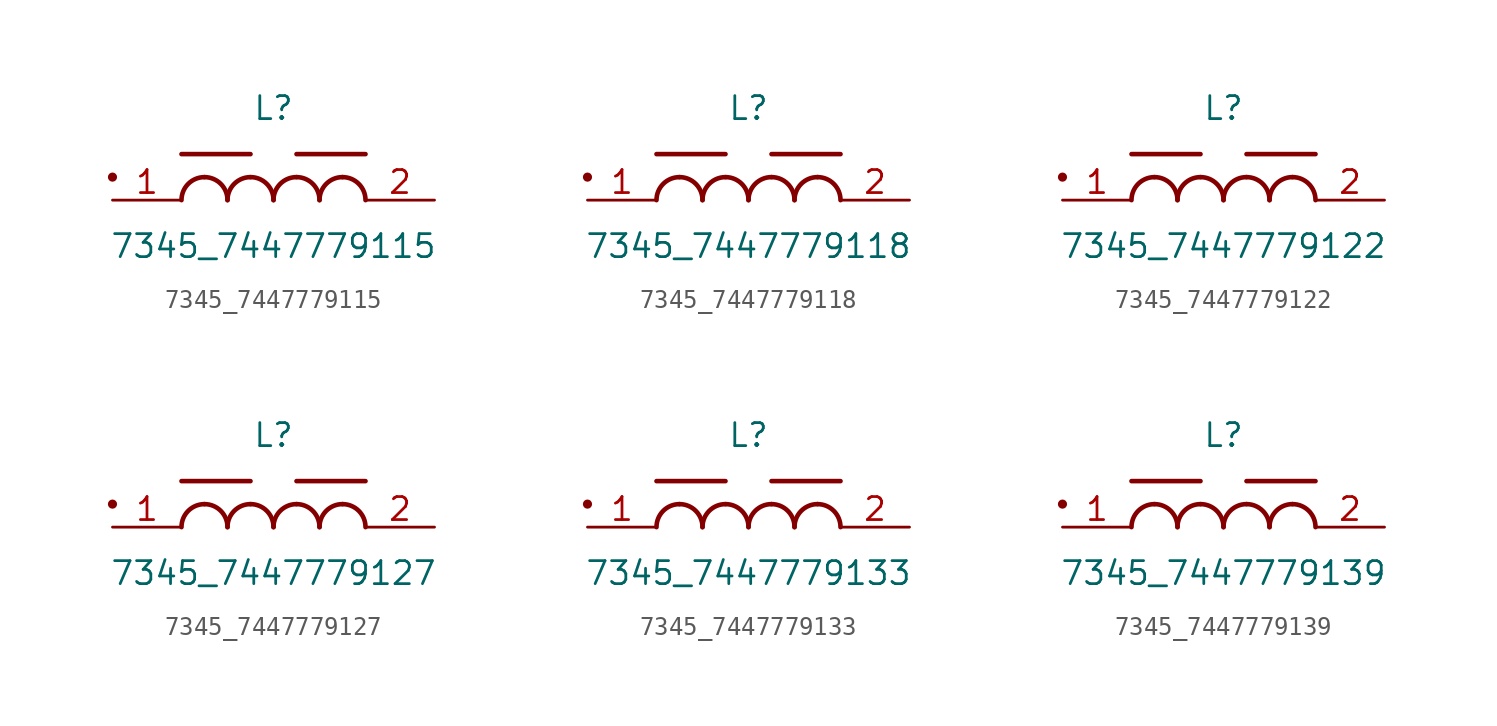
<source format=kicad_sym>
(kicad_symbol_lib
  (version 20211014)
  (generator kicad_symbol_editor)
  (symbol "Inductor_Wurth_WE-PD:7345_7447779115"
    (pin_names hide)
    (property "Reference" "L"
      (at 0 5.08 0)
      (effects (font (size 1.27 1.27))))
    (property "Value" "7345_7447779115"
      (at 0 -2.54 0)
      (effects (font (size 1.27 1.27))))
    (symbol "7345_7447779115_0_1"
      (circle (center -8.89 1.27) (radius 0.0001) (stroke (width 0.254)) (stroke (width 0.254) (type default) (color 0 0 0 0)) (fill (type none)))
      (arc (start -3.81 1.27) (mid -4.708 0.898) (end -5.08 0) (stroke (width 0.254) (type default) (color 0 0 0 0)) (fill (type none)))
      (arc (start -2.54 0) (mid -2.912 0.898) (end -3.81 1.27) (stroke (width 0.254) (type default) (color 0 0 0 0)) (fill (type none)))
      (arc (start -1.2699 1.2701) (mid -2.1679 0.8981) (end -2.5399 0.0001) (stroke (width 0.254) (type default) (color 0 0 0 0)) (fill (type none)))
      (polyline (pts (xy -5.08 2.54) (xy -1.27 2.54)) (stroke (width 0.254) (type default) (color 0 0 0 0)) (fill (type none)))
      (polyline (pts (xy 5.08 2.54) (xy 1.27 2.54)) (stroke (width 0.254) (type default) (color 0 0 0 0)) (fill (type none)))
      (arc (start 0.0001 0.0001) (mid -0.3719 0.8981) (end -1.2699 1.2701) (stroke (width 0.254) (type default) (color 0 0 0 0)) (fill (type none)))
      (arc (start 1.2701 1.2701) (mid 0.3721 0.8981) (end 0.0001 0.0001) (stroke (width 0.254) (type default) (color 0 0 0 0)) (fill (type none)))
      (arc (start 2.5401 0.0001) (mid 2.1681 0.8981) (end 1.2701 1.2701) (stroke (width 0.254) (type default) (color 0 0 0 0)) (fill (type none)))
      (arc (start 3.8101 1.2701) (mid 2.9121 0.8981) (end 2.5401 0.0001) (stroke (width 0.254) (type default) (color 0 0 0 0)) (fill (type none)))
      (arc (start 5.0801 0.0001) (mid 4.7081 0.8981) (end 3.8101 1.2701) (stroke (width 0.254) (type default) (color 0 0 0 0)) (fill (type none))))
    (symbol "7345_7447779115_1_1"
      (pin passive line (at -8.89 0 0) (length 3.81) (name "1" (effects (font (size 1.27 1.27)))) (number "1" (effects (font (size 1.27 1.27)))))
      (pin passive line (at 8.89 0 180) (length 3.81) (name "2" (effects (font (size 1.27 1.27)))) (number "2" (effects (font (size 1.27 1.27)))))))
  (symbol "Inductor_Wurth_WE-PD:7345_7447779118"
    (pin_names hide)
    (property "Reference" "L"
      (at 0 5.08 0)
      (effects (font (size 1.27 1.27))))
    (property "Value" "7345_7447779118"
      (at 0 -2.54 0)
      (effects (font (size 1.27 1.27))))
    (symbol "7345_7447779118_0_1"
      (circle (center -8.89 1.27) (radius 0.0001) (stroke (width 0.254)) (stroke (width 0.254) (type default) (color 0 0 0 0)) (fill (type none)))
      (arc (start -3.81 1.27) (mid -4.708 0.898) (end -5.08 0) (stroke (width 0.254) (type default) (color 0 0 0 0)) (fill (type none)))
      (arc (start -2.54 0) (mid -2.912 0.898) (end -3.81 1.27) (stroke (width 0.254) (type default) (color 0 0 0 0)) (fill (type none)))
      (arc (start -1.2699 1.2701) (mid -2.1679 0.8981) (end -2.5399 0.0001) (stroke (width 0.254) (type default) (color 0 0 0 0)) (fill (type none)))
      (polyline (pts (xy -5.08 2.54) (xy -1.27 2.54)) (stroke (width 0.254) (type default) (color 0 0 0 0)) (fill (type none)))
      (polyline (pts (xy 5.08 2.54) (xy 1.27 2.54)) (stroke (width 0.254) (type default) (color 0 0 0 0)) (fill (type none)))
      (arc (start 0.0001 0.0001) (mid -0.3719 0.8981) (end -1.2699 1.2701) (stroke (width 0.254) (type default) (color 0 0 0 0)) (fill (type none)))
      (arc (start 1.2701 1.2701) (mid 0.3721 0.8981) (end 0.0001 0.0001) (stroke (width 0.254) (type default) (color 0 0 0 0)) (fill (type none)))
      (arc (start 2.5401 0.0001) (mid 2.1681 0.8981) (end 1.2701 1.2701) (stroke (width 0.254) (type default) (color 0 0 0 0)) (fill (type none)))
      (arc (start 3.8101 1.2701) (mid 2.9121 0.8981) (end 2.5401 0.0001) (stroke (width 0.254) (type default) (color 0 0 0 0)) (fill (type none)))
      (arc (start 5.0801 0.0001) (mid 4.7081 0.8981) (end 3.8101 1.2701) (stroke (width 0.254) (type default) (color 0 0 0 0)) (fill (type none))))
    (symbol "7345_7447779118_1_1"
      (pin passive line (at -8.89 0 0) (length 3.81) (name "1" (effects (font (size 1.27 1.27)))) (number "1" (effects (font (size 1.27 1.27)))))
      (pin passive line (at 8.89 0 180) (length 3.81) (name "2" (effects (font (size 1.27 1.27)))) (number "2" (effects (font (size 1.27 1.27)))))))
  (symbol "Inductor_Wurth_WE-PD:7345_7447779122"
    (pin_names hide)
    (property "Reference" "L"
      (at 0 5.08 0)
      (effects (font (size 1.27 1.27))))
    (property "Value" "7345_7447779122"
      (at 0 -2.54 0)
      (effects (font (size 1.27 1.27))))
    (symbol "7345_7447779122_0_1"
      (circle (center -8.89 1.27) (radius 0.0001) (stroke (width 0.254)) (stroke (width 0.254) (type default) (color 0 0 0 0)) (fill (type none)))
      (arc (start -3.81 1.27) (mid -4.708 0.898) (end -5.08 0) (stroke (width 0.254) (type default) (color 0 0 0 0)) (fill (type none)))
      (arc (start -2.54 0) (mid -2.912 0.898) (end -3.81 1.27) (stroke (width 0.254) (type default) (color 0 0 0 0)) (fill (type none)))
      (arc (start -1.2699 1.2701) (mid -2.1679 0.8981) (end -2.5399 0.0001) (stroke (width 0.254) (type default) (color 0 0 0 0)) (fill (type none)))
      (polyline (pts (xy -5.08 2.54) (xy -1.27 2.54)) (stroke (width 0.254) (type default) (color 0 0 0 0)) (fill (type none)))
      (polyline (pts (xy 5.08 2.54) (xy 1.27 2.54)) (stroke (width 0.254) (type default) (color 0 0 0 0)) (fill (type none)))
      (arc (start 0.0001 0.0001) (mid -0.3719 0.8981) (end -1.2699 1.2701) (stroke (width 0.254) (type default) (color 0 0 0 0)) (fill (type none)))
      (arc (start 1.2701 1.2701) (mid 0.3721 0.8981) (end 0.0001 0.0001) (stroke (width 0.254) (type default) (color 0 0 0 0)) (fill (type none)))
      (arc (start 2.5401 0.0001) (mid 2.1681 0.8981) (end 1.2701 1.2701) (stroke (width 0.254) (type default) (color 0 0 0 0)) (fill (type none)))
      (arc (start 3.8101 1.2701) (mid 2.9121 0.8981) (end 2.5401 0.0001) (stroke (width 0.254) (type default) (color 0 0 0 0)) (fill (type none)))
      (arc (start 5.0801 0.0001) (mid 4.7081 0.8981) (end 3.8101 1.2701) (stroke (width 0.254) (type default) (color 0 0 0 0)) (fill (type none))))
    (symbol "7345_7447779122_1_1"
      (pin passive line (at -8.89 0 0) (length 3.81) (name "1" (effects (font (size 1.27 1.27)))) (number "1" (effects (font (size 1.27 1.27)))))
      (pin passive line (at 8.89 0 180) (length 3.81) (name "2" (effects (font (size 1.27 1.27)))) (number "2" (effects (font (size 1.27 1.27)))))))
  (symbol "Inductor_Wurth_WE-PD:7345_7447779127"
    (pin_names hide)
    (property "Reference" "L"
      (at 0 5.08 0)
      (effects (font (size 1.27 1.27))))
    (property "Value" "7345_7447779127"
      (at 0 -2.54 0)
      (effects (font (size 1.27 1.27))))
    (symbol "7345_7447779127_0_1"
      (circle (center -8.89 1.27) (radius 0.0001) (stroke (width 0.254)) (stroke (width 0.254) (type default) (color 0 0 0 0)) (fill (type none)))
      (arc (start -3.81 1.27) (mid -4.708 0.898) (end -5.08 0) (stroke (width 0.254) (type default) (color 0 0 0 0)) (fill (type none)))
      (arc (start -2.54 0) (mid -2.912 0.898) (end -3.81 1.27) (stroke (width 0.254) (type default) (color 0 0 0 0)) (fill (type none)))
      (arc (start -1.2699 1.2701) (mid -2.1679 0.8981) (end -2.5399 0.0001) (stroke (width 0.254) (type default) (color 0 0 0 0)) (fill (type none)))
      (polyline (pts (xy -5.08 2.54) (xy -1.27 2.54)) (stroke (width 0.254) (type default) (color 0 0 0 0)) (fill (type none)))
      (polyline (pts (xy 5.08 2.54) (xy 1.27 2.54)) (stroke (width 0.254) (type default) (color 0 0 0 0)) (fill (type none)))
      (arc (start 0.0001 0.0001) (mid -0.3719 0.8981) (end -1.2699 1.2701) (stroke (width 0.254) (type default) (color 0 0 0 0)) (fill (type none)))
      (arc (start 1.2701 1.2701) (mid 0.3721 0.8981) (end 0.0001 0.0001) (stroke (width 0.254) (type default) (color 0 0 0 0)) (fill (type none)))
      (arc (start 2.5401 0.0001) (mid 2.1681 0.8981) (end 1.2701 1.2701) (stroke (width 0.254) (type default) (color 0 0 0 0)) (fill (type none)))
      (arc (start 3.8101 1.2701) (mid 2.9121 0.8981) (end 2.5401 0.0001) (stroke (width 0.254) (type default) (color 0 0 0 0)) (fill (type none)))
      (arc (start 5.0801 0.0001) (mid 4.7081 0.8981) (end 3.8101 1.2701) (stroke (width 0.254) (type default) (color 0 0 0 0)) (fill (type none))))
    (symbol "7345_7447779127_1_1"
      (pin passive line (at -8.89 0 0) (length 3.81) (name "1" (effects (font (size 1.27 1.27)))) (number "1" (effects (font (size 1.27 1.27)))))
      (pin passive line (at 8.89 0 180) (length 3.81) (name "2" (effects (font (size 1.27 1.27)))) (number "2" (effects (font (size 1.27 1.27)))))))
  (symbol "Inductor_Wurth_WE-PD:7345_7447779133"
    (pin_names hide)
    (property "Reference" "L"
      (at 0 5.08 0)
      (effects (font (size 1.27 1.27))))
    (property "Value" "7345_7447779133"
      (at 0 -2.54 0)
      (effects (font (size 1.27 1.27))))
    (symbol "7345_7447779133_0_1"
      (circle (center -8.89 1.27) (radius 0.0001) (stroke (width 0.254)) (stroke (width 0.254) (type default) (color 0 0 0 0)) (fill (type none)))
      (arc (start -3.81 1.27) (mid -4.708 0.898) (end -5.08 0) (stroke (width 0.254) (type default) (color 0 0 0 0)) (fill (type none)))
      (arc (start -2.54 0) (mid -2.912 0.898) (end -3.81 1.27) (stroke (width 0.254) (type default) (color 0 0 0 0)) (fill (type none)))
      (arc (start -1.2699 1.2701) (mid -2.1679 0.8981) (end -2.5399 0.0001) (stroke (width 0.254) (type default) (color 0 0 0 0)) (fill (type none)))
      (polyline (pts (xy -5.08 2.54) (xy -1.27 2.54)) (stroke (width 0.254) (type default) (color 0 0 0 0)) (fill (type none)))
      (polyline (pts (xy 5.08 2.54) (xy 1.27 2.54)) (stroke (width 0.254) (type default) (color 0 0 0 0)) (fill (type none)))
      (arc (start 0.0001 0.0001) (mid -0.3719 0.8981) (end -1.2699 1.2701) (stroke (width 0.254) (type default) (color 0 0 0 0)) (fill (type none)))
      (arc (start 1.2701 1.2701) (mid 0.3721 0.8981) (end 0.0001 0.0001) (stroke (width 0.254) (type default) (color 0 0 0 0)) (fill (type none)))
      (arc (start 2.5401 0.0001) (mid 2.1681 0.8981) (end 1.2701 1.2701) (stroke (width 0.254) (type default) (color 0 0 0 0)) (fill (type none)))
      (arc (start 3.8101 1.2701) (mid 2.9121 0.8981) (end 2.5401 0.0001) (stroke (width 0.254) (type default) (color 0 0 0 0)) (fill (type none)))
      (arc (start 5.0801 0.0001) (mid 4.7081 0.8981) (end 3.8101 1.2701) (stroke (width 0.254) (type default) (color 0 0 0 0)) (fill (type none))))
    (symbol "7345_7447779133_1_1"
      (pin passive line (at -8.89 0 0) (length 3.81) (name "1" (effects (font (size 1.27 1.27)))) (number "1" (effects (font (size 1.27 1.27)))))
      (pin passive line (at 8.89 0 180) (length 3.81) (name "2" (effects (font (size 1.27 1.27)))) (number "2" (effects (font (size 1.27 1.27)))))))
  (symbol "Inductor_Wurth_WE-PD:7345_7447779139"
    (pin_names hide)
    (property "Reference" "L"
      (at 0 5.08 0)
      (effects (font (size 1.27 1.27))))
    (property "Value" "7345_7447779139"
      (at 0 -2.54 0)
      (effects (font (size 1.27 1.27))))
    (symbol "7345_7447779139_0_1"
      (circle (center -8.89 1.27) (radius 0.0001) (stroke (width 0.254)) (stroke (width 0.254) (type default) (color 0 0 0 0)) (fill (type none)))
      (arc (start -3.81 1.27) (mid -4.708 0.898) (end -5.08 0) (stroke (width 0.254) (type default) (color 0 0 0 0)) (fill (type none)))
      (arc (start -2.54 0) (mid -2.912 0.898) (end -3.81 1.27) (stroke (width 0.254) (type default) (color 0 0 0 0)) (fill (type none)))
      (arc (start -1.2699 1.2701) (mid -2.1679 0.8981) (end -2.5399 0.0001) (stroke (width 0.254) (type default) (color 0 0 0 0)) (fill (type none)))
      (polyline (pts (xy -5.08 2.54) (xy -1.27 2.54)) (stroke (width 0.254) (type default) (color 0 0 0 0)) (fill (type none)))
      (polyline (pts (xy 5.08 2.54) (xy 1.27 2.54)) (stroke (width 0.254) (type default) (color 0 0 0 0)) (fill (type none)))
      (arc (start 0.0001 0.0001) (mid -0.3719 0.8981) (end -1.2699 1.2701) (stroke (width 0.254) (type default) (color 0 0 0 0)) (fill (type none)))
      (arc (start 1.2701 1.2701) (mid 0.3721 0.8981) (end 0.0001 0.0001) (stroke (width 0.254) (type default) (color 0 0 0 0)) (fill (type none)))
      (arc (start 2.5401 0.0001) (mid 2.1681 0.8981) (end 1.2701 1.2701) (stroke (width 0.254) (type default) (color 0 0 0 0)) (fill (type none)))
      (arc (start 3.8101 1.2701) (mid 2.9121 0.8981) (end 2.5401 0.0001) (stroke (width 0.254) (type default) (color 0 0 0 0)) (fill (type none)))
      (arc (start 5.0801 0.0001) (mid 4.7081 0.8981) (end 3.8101 1.2701) (stroke (width 0.254) (type default) (color 0 0 0 0)) (fill (type none))))
    (symbol "7345_7447779139_1_1"
      (pin passive line (at -8.89 0 0) (length 3.81) (name "1" (effects (font (size 1.27 1.27)))) (number "1" (effects (font (size 1.27 1.27)))))
      (pin passive line (at 8.89 0 180) (length 3.81) (name "2" (effects (font (size 1.27 1.27)))) (number "2" (effects (font (size 1.27 1.27))))))))
</source>
